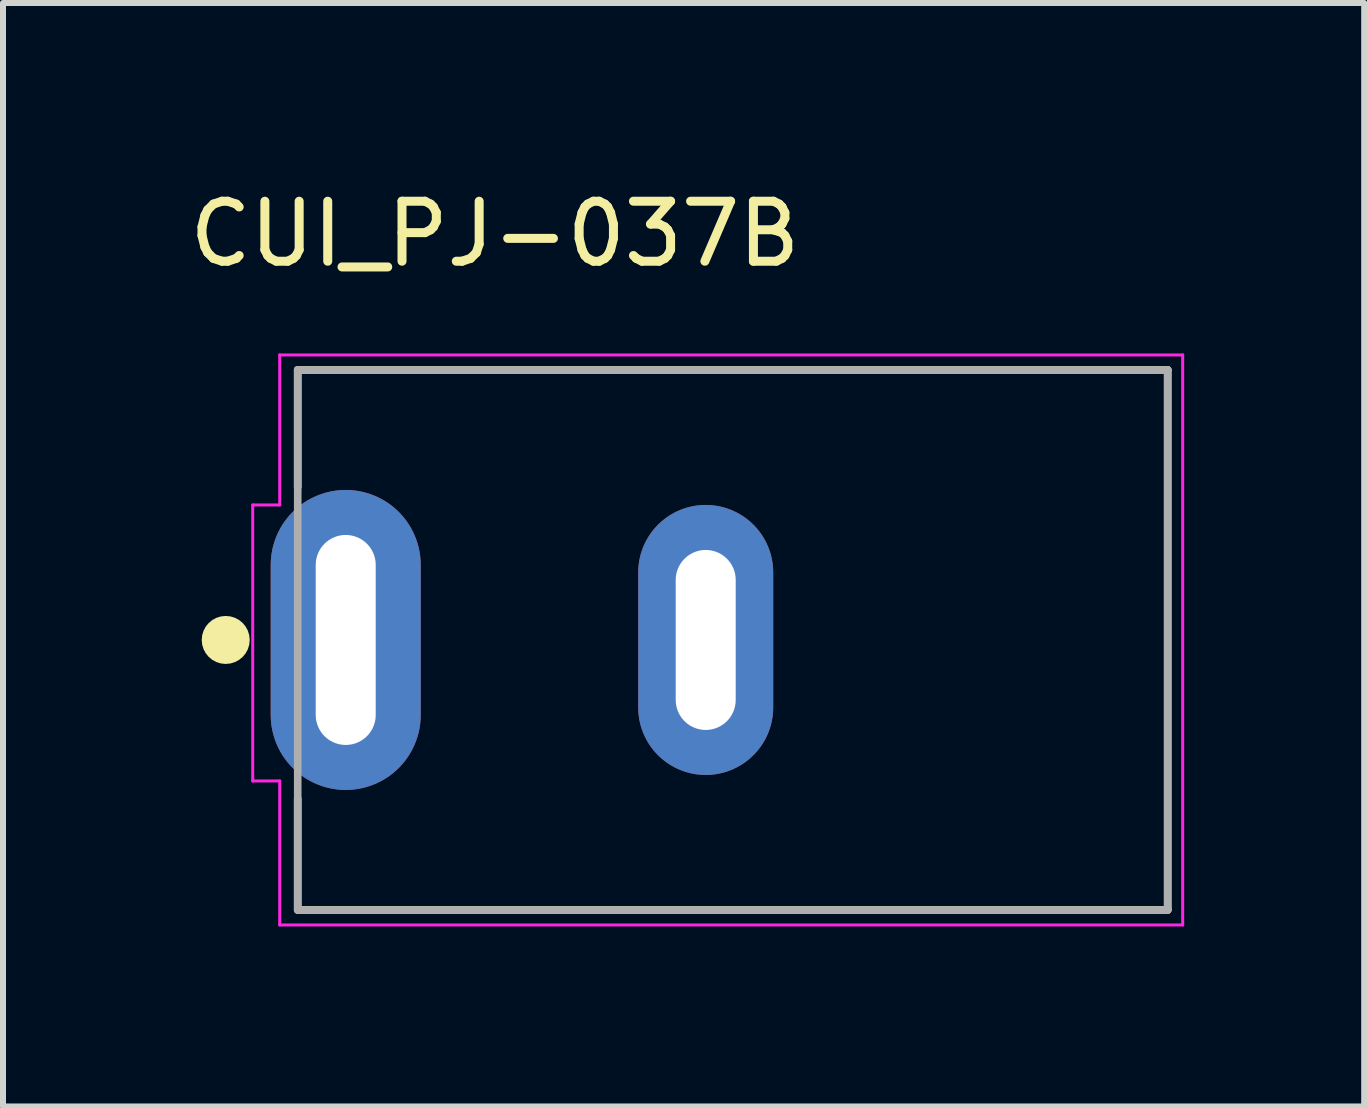
<source format=kicad_pcb>
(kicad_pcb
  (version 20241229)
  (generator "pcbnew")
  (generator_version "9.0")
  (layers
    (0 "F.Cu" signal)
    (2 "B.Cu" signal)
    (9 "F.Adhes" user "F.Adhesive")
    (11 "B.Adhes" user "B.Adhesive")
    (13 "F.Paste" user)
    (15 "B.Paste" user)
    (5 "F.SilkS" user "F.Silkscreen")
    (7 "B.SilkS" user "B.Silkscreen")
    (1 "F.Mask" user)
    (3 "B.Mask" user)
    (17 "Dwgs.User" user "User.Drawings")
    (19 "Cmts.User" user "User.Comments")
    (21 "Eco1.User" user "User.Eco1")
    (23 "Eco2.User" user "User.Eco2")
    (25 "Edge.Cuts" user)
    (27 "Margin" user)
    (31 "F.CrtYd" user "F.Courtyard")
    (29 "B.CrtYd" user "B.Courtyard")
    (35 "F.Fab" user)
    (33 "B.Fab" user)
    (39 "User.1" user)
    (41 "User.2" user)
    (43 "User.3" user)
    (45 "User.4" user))
  (footprint "CUI_PJ-037B"
    (layer "F.Cu")
    (at 2.712 7.616)
    (property "Reference" "CUI_PJ-037B" (at 2.486 -6.767 0) (layer "F.SilkS") (effects (font (size 1 1) (thickness 0.15))))
    (attr through_hole)
    (fp_line (start -0.8 -4.5) (end 13.7 -4.5) (stroke (width 0.127) (type solid)) (layer "F.SilkS"))
    (fp_line (start -0.8 -2.55) (end -0.8 -4.5) (stroke (width 0.127) (type solid)) (layer "F.SilkS"))
    (fp_line (start -0.8 4.5) (end -0.8 2.65) (stroke (width 0.127) (type solid)) (layer "F.SilkS"))
    (fp_line (start 13.7 -4.5) (end 13.7 4.5) (stroke (width 0.127) (type solid)) (layer "F.SilkS"))
    (fp_line (start 13.7 4.5) (end -0.8 4.5) (stroke (width 0.127) (type solid)) (layer "F.SilkS"))
    (fp_circle (center -2 0) (end -1.8 0) (stroke (width 0.4) (type solid)) (fill no) (layer "F.SilkS"))
    (fp_line (start -1.55 -2.25) (end -1.55 2.35) (stroke (width 0.05) (type solid)) (layer "F.CrtYd"))
    (fp_line (start -1.55 2.35) (end -1.1 2.35) (stroke (width 0.05) (type solid)) (layer "F.CrtYd"))
    (fp_line (start -1.1 -4.75) (end 13.95 -4.75) (stroke (width 0.05) (type solid)) (layer "F.CrtYd"))
    (fp_line (start -1.1 -2.25) (end -1.55 -2.25) (stroke (width 0.05) (type solid)) (layer "F.CrtYd"))
    (fp_line (start -1.1 -2.25) (end -1.1 -4.75) (stroke (width 0.05) (type solid)) (layer "F.CrtYd"))
    (fp_line (start -1.1 4.75) (end -1.1 2.35) (stroke (width 0.05) (type solid)) (layer "F.CrtYd"))
    (fp_line (start 13.95 -4.75) (end 13.95 4.75) (stroke (width 0.05) (type solid)) (layer "F.CrtYd"))
    (fp_line (start 13.95 4.75) (end -1.1 4.75) (stroke (width 0.05) (type solid)) (layer "F.CrtYd"))
    (fp_line (start -0.8 -4.5) (end 13.7 -4.5) (stroke (width 0.127) (type solid)) (layer "F.Fab"))
    (fp_line (start -0.8 4.5) (end -0.8 -4.5) (stroke (width 0.127) (type solid)) (layer "F.Fab"))
    (fp_line (start 13.7 -4.5) (end 13.7 4.5) (stroke (width 0.127) (type solid)) (layer "F.Fab"))
    (fp_line (start 13.7 4.5) (end -0.8 4.5) (stroke (width 0.127) (type solid)) (layer "F.Fab"))
    (pad "1" thru_hole oval (at 0 0) (size 2.5 5) (drill oval 1 3.5) (layers "*.Cu" "*.Mask"))
    (pad "2" thru_hole oval (at 6 0) (size 2.25 4.5) (drill oval 1 3) (layers "*.Cu" "*.Mask")))
  (gr_rect
    (start -3 -3)
    (end 19.687 15.391)
    (stroke (width 0.1) (type default))
    (fill no)
    (layer "Edge.Cuts")))
</source>
